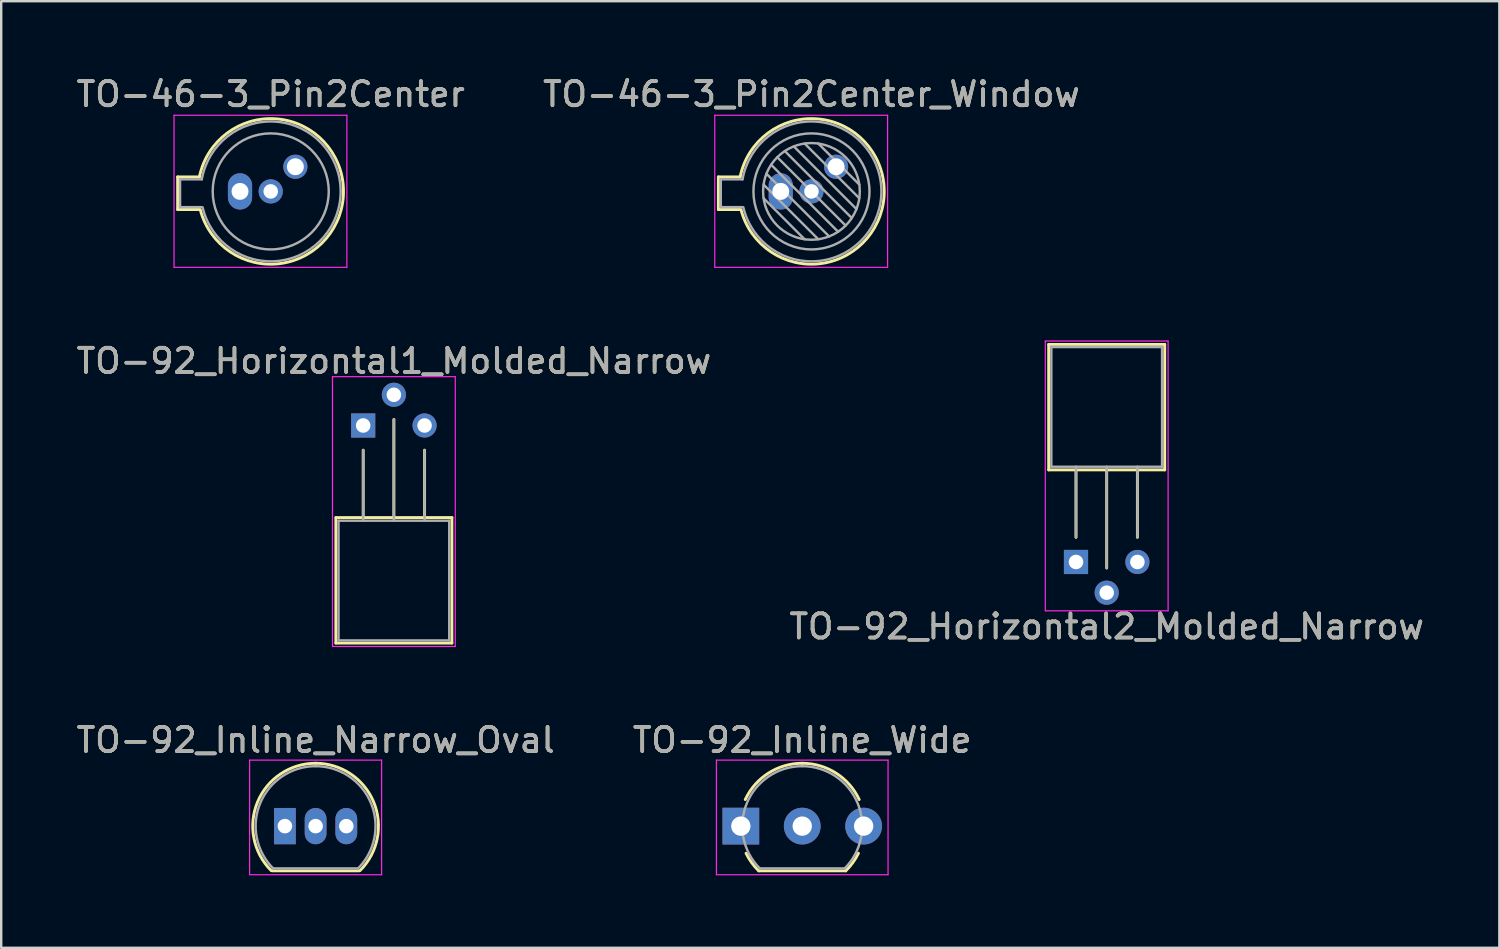
<source format=kicad_pcb>
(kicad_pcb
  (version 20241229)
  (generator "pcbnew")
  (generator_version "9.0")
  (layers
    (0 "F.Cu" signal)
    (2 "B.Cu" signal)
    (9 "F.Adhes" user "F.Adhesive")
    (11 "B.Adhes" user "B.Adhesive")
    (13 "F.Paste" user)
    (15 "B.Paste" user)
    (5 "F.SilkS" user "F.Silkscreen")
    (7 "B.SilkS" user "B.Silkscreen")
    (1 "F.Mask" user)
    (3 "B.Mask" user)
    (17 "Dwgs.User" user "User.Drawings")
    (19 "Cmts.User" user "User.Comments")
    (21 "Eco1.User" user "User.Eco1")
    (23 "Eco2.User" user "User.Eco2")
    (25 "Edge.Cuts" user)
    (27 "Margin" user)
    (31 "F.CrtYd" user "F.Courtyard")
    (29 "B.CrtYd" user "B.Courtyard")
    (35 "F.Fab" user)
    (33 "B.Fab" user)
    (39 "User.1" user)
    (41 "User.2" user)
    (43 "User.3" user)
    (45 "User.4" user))
  (footprint "TO-46-3_Pin2Center"
    (layer "F.Cu")
    (at 6.879 4.868)
    (property "Reference" "TO-46-3_Pin2Center" (at 1.27 -4.02 0) (layer "F.SilkS") (effects (font (size 1 1) (thickness 0.15))))
    (attr through_hole)
    (fp_line (start -2.58 -0.6) (end -2.58 0.75) (stroke (width 0.12) (type solid)) (layer "F.SilkS"))
    (fp_line (start -2.58 0.75) (end -1.68 0.75) (stroke (width 0.12) (type solid)) (layer "F.SilkS"))
    (fp_line (start -1.68 -0.6) (end -2.58 -0.6) (stroke (width 0.12) (type solid)) (layer "F.SilkS"))
    (fp_arc (start -1.68 -0.6) (mid 4.279362 -0.078983) (end -1.644465 0.753918) (stroke (width 0.12) (type solid)) (layer "F.SilkS"))
    (fp_line (start -2.73 -3.15) (end -2.73 3.14) (stroke (width 0.05) (type solid)) (layer "F.CrtYd"))
    (fp_line (start -2.73 -3.15) (end 4.42 -3.15) (stroke (width 0.05) (type solid)) (layer "F.CrtYd"))
    (fp_line (start 4.42 3.14) (end -2.73 3.14) (stroke (width 0.05) (type solid)) (layer "F.CrtYd"))
    (fp_line (start 4.42 3.14) (end 4.42 -3.15) (stroke (width 0.05) (type solid)) (layer "F.CrtYd"))
    (fp_line (start -2.48 -0.5) (end -2.48 0.65) (stroke (width 0.1) (type solid)) (layer "F.Fab"))
    (fp_line (start -2.48 0.65) (end -1.58 0.65) (stroke (width 0.1) (type solid)) (layer "F.Fab"))
    (fp_line (start -1.58 -0.5) (end -2.48 -0.5) (stroke (width 0.1) (type solid)) (layer "F.Fab"))
    (fp_arc (start -1.58 -0.5) (mid 4.1624 -0.08076) (end -1.54766 0.65825) (stroke (width 0.1) (type solid)) (layer "F.Fab"))
    (fp_circle (center 1.27 0) (end 3.67 0) (stroke (width 0.1) (type solid)) (fill no) (layer "F.Fab"))
    (fp_text user "${REFERENCE}" (at 1.27 -4.02 0) (layer "F.Fab") (effects (font (size 1 1) (thickness 0.15))))
    (pad "1" thru_hole oval (at 0 0 90) (size 1.5 1) (drill 0.7) (layers "*.Cu" "*.Mask"))
    (pad "2" thru_hole oval (at 1.27 0) (size 1 1) (drill 0.6) (layers "*.Cu" "*.Mask"))
    (pad "3" thru_hole oval (at 2.29 -1.02 90) (size 1 1) (drill 0.7) (layers "*.Cu" "*.Mask")))
  (footprint "TO-92_Inline_Narrow_Oval"
    (layer "F.Cu")
    (at 8.736 31.125)
    (property "Reference" "TO-92_Inline_Narrow_Oval" (at 1.27 -3.56 0) (layer "F.SilkS") (effects (font (size 1 1) (thickness 0.15))))
    (attr through_hole)
    (fp_line (start -0.53 1.85) (end 3.07 1.85) (stroke (width 0.12) (type solid)) (layer "F.SilkS"))
    (fp_arc (start -0.568478 1.838478) (mid -1.132087 -0.994977) (end 1.27 -2.6) (stroke (width 0.12) (type solid)) (layer "F.SilkS"))
    (fp_arc (start 1.27 -2.6) (mid 3.672087 -0.994977) (end 3.108478 1.838478) (stroke (width 0.12) (type solid)) (layer "F.SilkS"))
    (fp_line (start -1.46 -2.73) (end -1.46 2.01) (stroke (width 0.05) (type solid)) (layer "F.CrtYd"))
    (fp_line (start -1.46 -2.73) (end 4 -2.73) (stroke (width 0.05) (type solid)) (layer "F.CrtYd"))
    (fp_line (start 4 2.01) (end -1.46 2.01) (stroke (width 0.05) (type solid)) (layer "F.CrtYd"))
    (fp_line (start 4 2.01) (end 4 -2.73) (stroke (width 0.05) (type solid)) (layer "F.CrtYd"))
    (fp_line (start -0.5 1.75) (end 3 1.75) (stroke (width 0.1) (type solid)) (layer "F.Fab"))
    (fp_arc (start -0.483625 1.753625) (mid -1.021221 -0.949055) (end 1.27 -2.48) (stroke (width 0.1) (type solid)) (layer "F.Fab"))
    (fp_arc (start 1.27 -2.48) (mid 3.561221 -0.949055) (end 3.023625 1.753625) (stroke (width 0.1) (type solid)) (layer "F.Fab"))
    (fp_text user "${REFERENCE}" (at 1.27 -3.56 0) (layer "F.Fab") (effects (font (size 1 1) (thickness 0.15))))
    (pad "1" thru_hole rect (at 0 0 180) (size 0.9 1.5) (drill 0.6) (layers "*.Cu" "*.Mask"))
    (pad "2" thru_hole oval (at 1.27 0 180) (size 0.9 1.5) (drill 0.6) (layers "*.Cu" "*.Mask"))
    (pad "3" thru_hole oval (at 2.54 0 180) (size 0.9 1.5) (drill 0.6) (layers "*.Cu" "*.Mask")))
  (footprint "TO-92_Inline_Wide"
    (layer "F.Cu")
    (at 27.597 31.125)
    (property "Reference" "TO-92_Inline_Wide" (at 2.54 -3.56 180) (layer "F.SilkS") (effects (font (size 1 1) (thickness 0.15))))
    (attr through_hole)
    (fp_line (start 0.74 1.85) (end 4.34 1.85) (stroke (width 0.12) (type solid)) (layer "F.SilkS"))
    (fp_arc (start 0.1836 -1.098807) (mid 1.143021 -2.192817) (end 2.54 -2.6) (stroke (width 0.12) (type solid)) (layer "F.SilkS"))
    (fp_arc (start 0.74 1.85) (mid 0.446097 1.509328) (end 0.215816 1.122795) (stroke (width 0.12) (type solid)) (layer "F.SilkS"))
    (fp_arc (start 2.54 -2.6) (mid 3.936979 -2.192818) (end 4.8964 -1.098807) (stroke (width 0.12) (type solid)) (layer "F.SilkS"))
    (fp_arc (start 4.864184 1.122795) (mid 4.633903 1.509328) (end 4.34 1.85) (stroke (width 0.12) (type solid)) (layer "F.SilkS"))
    (fp_line (start -1.01 -2.73) (end -1.01 2.01) (stroke (width 0.05) (type solid)) (layer "F.CrtYd"))
    (fp_line (start -1.01 -2.73) (end 6.09 -2.73) (stroke (width 0.05) (type solid)) (layer "F.CrtYd"))
    (fp_line (start 6.09 2.01) (end -1.01 2.01) (stroke (width 0.05) (type solid)) (layer "F.CrtYd"))
    (fp_line (start 6.09 2.01) (end 6.09 -2.73) (stroke (width 0.05) (type solid)) (layer "F.CrtYd"))
    (fp_line (start 0.8 1.75) (end 4.3 1.75) (stroke (width 0.1) (type solid)) (layer "F.Fab"))
    (fp_arc (start 0.786375 1.753625) (mid 0.248779 -0.949055) (end 2.54 -2.48) (stroke (width 0.1) (type solid)) (layer "F.Fab"))
    (fp_arc (start 2.54 -2.48) (mid 4.831221 -0.949055) (end 4.293625 1.753625) (stroke (width 0.1) (type solid)) (layer "F.Fab"))
    (fp_text user "${REFERENCE}" (at 2.54 -3.56 180) (layer "F.Fab") (effects (font (size 1 1) (thickness 0.15))))
    (pad "1" thru_hole rect (at 0 0 90) (size 1.52 1.52) (drill 0.8) (layers "*.Cu" "*.Mask"))
    (pad "2" thru_hole circle (at 2.54 0 90) (size 1.52 1.52) (drill 0.8) (layers "*.Cu" "*.Mask"))
    (pad "3" thru_hole circle (at 5.08 0 90) (size 1.52 1.52) (drill 0.8) (layers "*.Cu" "*.Mask")))
  (footprint "TO-46-3_Pin2Center_Window"
    (layer "F.Cu")
    (at 29.248 4.868)
    (property "Reference" "TO-46-3_Pin2Center_Window" (at 1.27 -4.02 0) (layer "F.SilkS") (effects (font (size 1 1) (thickness 0.15))))
    (attr through_hole)
    (fp_line (start -2.58 -0.6) (end -2.58 0.75) (stroke (width 0.12) (type solid)) (layer "F.SilkS"))
    (fp_line (start -2.58 0.75) (end -1.68 0.75) (stroke (width 0.12) (type solid)) (layer "F.SilkS"))
    (fp_line (start -1.68 -0.6) (end -2.58 -0.6) (stroke (width 0.12) (type solid)) (layer "F.SilkS"))
    (fp_arc (start -1.68 -0.6) (mid 4.279362 -0.078983) (end -1.644465 0.753918) (stroke (width 0.12) (type solid)) (layer "F.SilkS"))
    (fp_line (start -2.73 -3.15) (end -2.73 3.14) (stroke (width 0.05) (type solid)) (layer "F.CrtYd"))
    (fp_line (start -2.73 -3.15) (end 4.42 -3.15) (stroke (width 0.05) (type solid)) (layer "F.CrtYd"))
    (fp_line (start 4.42 3.14) (end -2.73 3.14) (stroke (width 0.05) (type solid)) (layer "F.CrtYd"))
    (fp_line (start 4.42 3.14) (end 4.42 -3.15) (stroke (width 0.05) (type solid)) (layer "F.CrtYd"))
    (fp_line (start -2.48 -0.5) (end -2.48 0.65) (stroke (width 0.1) (type solid)) (layer "F.Fab"))
    (fp_line (start -2.48 0.65) (end -1.58 0.65) (stroke (width 0.1) (type solid)) (layer "F.Fab"))
    (fp_line (start -1.58 -0.5) (end -2.48 -0.5) (stroke (width 0.1) (type solid)) (layer "F.Fab"))
    (fp_line (start -0.71 -0.283) (end 1.553 1.98) (stroke (width 0.1) (type solid)) (layer "F.Fab"))
    (fp_line (start -0.71 0.283) (end 0.987 1.98) (stroke (width 0.1) (type solid)) (layer "F.Fab"))
    (fp_line (start -0.592 -0.731) (end 2.001 1.862) (stroke (width 0.1) (type solid)) (layer "F.Fab"))
    (fp_line (start -0.399 -1.103) (end 2.373 1.669) (stroke (width 0.1) (type solid)) (layer "F.Fab"))
    (fp_line (start -0.145 -1.415) (end 2.685 1.415) (stroke (width 0.1) (type solid)) (layer "F.Fab"))
    (fp_line (start 0.167 -1.669) (end 2.939 1.103) (stroke (width 0.1) (type solid)) (layer "F.Fab"))
    (fp_line (start 0.539 -1.862) (end 3.132 0.731) (stroke (width 0.1) (type solid)) (layer "F.Fab"))
    (fp_line (start 0.987 -1.98) (end 3.25 0.283) (stroke (width 0.1) (type solid)) (layer "F.Fab"))
    (fp_line (start 1.553 -1.98) (end 3.25 -0.283) (stroke (width 0.1) (type solid)) (layer "F.Fab"))
    (fp_arc (start -1.58 -0.5) (mid 4.1624 -0.08076) (end -1.54766 0.65825) (stroke (width 0.1) (type solid)) (layer "F.Fab"))
    (fp_circle (center 1.27 0) (end 3.27 0) (stroke (width 0.1) (type solid)) (fill no) (layer "F.Fab"))
    (fp_circle (center 1.27 0) (end 3.67 0) (stroke (width 0.1) (type solid)) (fill no) (layer "F.Fab"))
    (fp_text user "${REFERENCE}" (at 1.27 -4.02 0) (layer "F.Fab") (effects (font (size 1 1) (thickness 0.15))))
    (pad "1" thru_hole oval (at 0 0 90) (size 1.5 1) (drill 0.7) (layers "*.Cu" "*.Mask"))
    (pad "2" thru_hole oval (at 1.27 0) (size 1 1) (drill 0.6) (layers "*.Cu" "*.Mask"))
    (pad "3" thru_hole oval (at 2.29 -1.02 90) (size 1 1) (drill 0.7) (layers "*.Cu" "*.Mask")))
  (footprint "TO-92_Horizontal1_Molded_Narrow"
    (layer "F.Cu")
    (at 11.974 14.552)
    (property "Reference" "TO-92_Horizontal1_Molded_Narrow" (at 1.27 -2.67 0) (layer "F.SilkS") (effects (font (size 1 1) (thickness 0.15))))
    (attr through_hole)
    (fp_line (start -1.13 3.81) (end 3.67 3.81) (stroke (width 0.12) (type solid)) (layer "F.SilkS"))
    (fp_line (start -1.13 9) (end -1.13 3.81) (stroke (width 0.12) (type solid)) (layer "F.SilkS"))
    (fp_line (start 0 1.02) (end 0 3.81) (stroke (width 0.12) (type solid)) (layer "F.SilkS"))
    (fp_line (start 1.27 -0.25) (end 1.27 3.81) (stroke (width 0.12) (type solid)) (layer "F.SilkS"))
    (fp_line (start 2.54 1.02) (end 2.54 3.81) (stroke (width 0.12) (type solid)) (layer "F.SilkS"))
    (fp_line (start 3.67 3.81) (end 3.67 9) (stroke (width 0.12) (type solid)) (layer "F.SilkS"))
    (fp_line (start 3.67 9) (end -1.13 9) (stroke (width 0.12) (type solid)) (layer "F.SilkS"))
    (fp_line (start -1.27 -2.02) (end -1.27 9.14) (stroke (width 0.05) (type solid)) (layer "F.CrtYd"))
    (fp_line (start -1.27 -2.02) (end 3.81 -2.02) (stroke (width 0.05) (type solid)) (layer "F.CrtYd"))
    (fp_line (start 3.81 9.14) (end -1.27 9.14) (stroke (width 0.05) (type solid)) (layer "F.CrtYd"))
    (fp_line (start 3.81 9.14) (end 3.81 -2.02) (stroke (width 0.05) (type solid)) (layer "F.CrtYd"))
    (fp_line (start -1.02 3.94) (end 3.56 3.94) (stroke (width 0.1) (type solid)) (layer "F.Fab"))
    (fp_line (start -1.02 8.89) (end -1.02 3.94) (stroke (width 0.1) (type solid)) (layer "F.Fab"))
    (fp_line (start 0 3.94) (end 0 1.02) (stroke (width 0.1) (type solid)) (layer "F.Fab"))
    (fp_line (start 1.27 3.94) (end 1.27 -0.25) (stroke (width 0.1) (type solid)) (layer "F.Fab"))
    (fp_line (start 2.54 3.94) (end 2.54 1.02) (stroke (width 0.1) (type solid)) (layer "F.Fab"))
    (fp_line (start 3.56 3.94) (end 3.56 8.89) (stroke (width 0.1) (type solid)) (layer "F.Fab"))
    (fp_line (start 3.56 8.89) (end -1.02 8.89) (stroke (width 0.1) (type solid)) (layer "F.Fab"))
    (fp_text user "${REFERENCE}" (at 1.27 -2.67 0) (layer "F.Fab") (effects (font (size 1 1) (thickness 0.15))))
    (pad "1" thru_hole rect (at 0 0 90) (size 1 1) (drill 0.6) (layers "*.Cu" "*.Mask"))
    (pad "2" thru_hole circle (at 1.27 -1.27 90) (size 1 1) (drill 0.6) (layers "*.Cu" "*.Mask"))
    (pad "3" thru_hole circle (at 2.54 0 90) (size 1 1) (drill 0.6) (layers "*.Cu" "*.Mask")))
  (footprint "TO-92_Horizontal2_Molded_Narrow"
    (layer "F.Cu")
    (at 41.462 20.198)
    (property "Reference" "TO-92_Horizontal2_Molded_Narrow" (at 1.27 2.67 180) (layer "F.SilkS") (effects (font (size 1 1) (thickness 0.15))))
    (attr through_hole)
    (fp_line (start -1.13 -9) (end -1.13 -3.81) (stroke (width 0.12) (type solid)) (layer "F.SilkS"))
    (fp_line (start -1.13 -3.81) (end 3.67 -3.81) (stroke (width 0.12) (type solid)) (layer "F.SilkS"))
    (fp_line (start 0 -1.02) (end 0 -3.81) (stroke (width 0.12) (type solid)) (layer "F.SilkS"))
    (fp_line (start 1.27 0.25) (end 1.27 -3.81) (stroke (width 0.12) (type solid)) (layer "F.SilkS"))
    (fp_line (start 2.54 -1.02) (end 2.54 -3.81) (stroke (width 0.12) (type solid)) (layer "F.SilkS"))
    (fp_line (start 3.67 -9) (end -1.13 -9) (stroke (width 0.12) (type solid)) (layer "F.SilkS"))
    (fp_line (start 3.67 -3.81) (end 3.67 -9) (stroke (width 0.12) (type solid)) (layer "F.SilkS"))
    (fp_line (start -1.27 -9.14) (end -1.27 2.02) (stroke (width 0.05) (type solid)) (layer "F.CrtYd"))
    (fp_line (start -1.27 -9.14) (end 3.81 -9.14) (stroke (width 0.05) (type solid)) (layer "F.CrtYd"))
    (fp_line (start 3.81 2.02) (end -1.27 2.02) (stroke (width 0.05) (type solid)) (layer "F.CrtYd"))
    (fp_line (start 3.81 2.02) (end 3.81 -9.14) (stroke (width 0.05) (type solid)) (layer "F.CrtYd"))
    (fp_line (start -1.02 -8.89) (end -1.02 -3.94) (stroke (width 0.1) (type solid)) (layer "F.Fab"))
    (fp_line (start -1.02 -3.94) (end 3.56 -3.94) (stroke (width 0.1) (type solid)) (layer "F.Fab"))
    (fp_line (start 0 -3.94) (end 0 -1.02) (stroke (width 0.1) (type solid)) (layer "F.Fab"))
    (fp_line (start 1.27 -3.94) (end 1.27 0.25) (stroke (width 0.1) (type solid)) (layer "F.Fab"))
    (fp_line (start 2.54 -3.94) (end 2.54 -1.02) (stroke (width 0.1) (type solid)) (layer "F.Fab"))
    (fp_line (start 3.56 -8.89) (end -1.02 -8.89) (stroke (width 0.1) (type solid)) (layer "F.Fab"))
    (fp_line (start 3.56 -3.94) (end 3.56 -8.89) (stroke (width 0.1) (type solid)) (layer "F.Fab"))
    (fp_text user "${REFERENCE}" (at 1.27 2.67 180) (layer "F.Fab") (effects (font (size 1 1) (thickness 0.15))))
    (pad "1" thru_hole rect (at 0 0 270) (size 1 1) (drill 0.6) (layers "*.Cu" "*.Mask"))
    (pad "2" thru_hole circle (at 1.27 1.27 270) (size 1 1) (drill 0.6) (layers "*.Cu" "*.Mask"))
    (pad "3" thru_hole circle (at 2.54 0 270) (size 1 1) (drill 0.6) (layers "*.Cu" "*.Mask")))
  (gr_rect
    (start -3 -3)
    (end 58.976 36.16)
    (stroke (width 0.1) (type default))
    (fill no)
    (layer "Edge.Cuts")))
</source>
